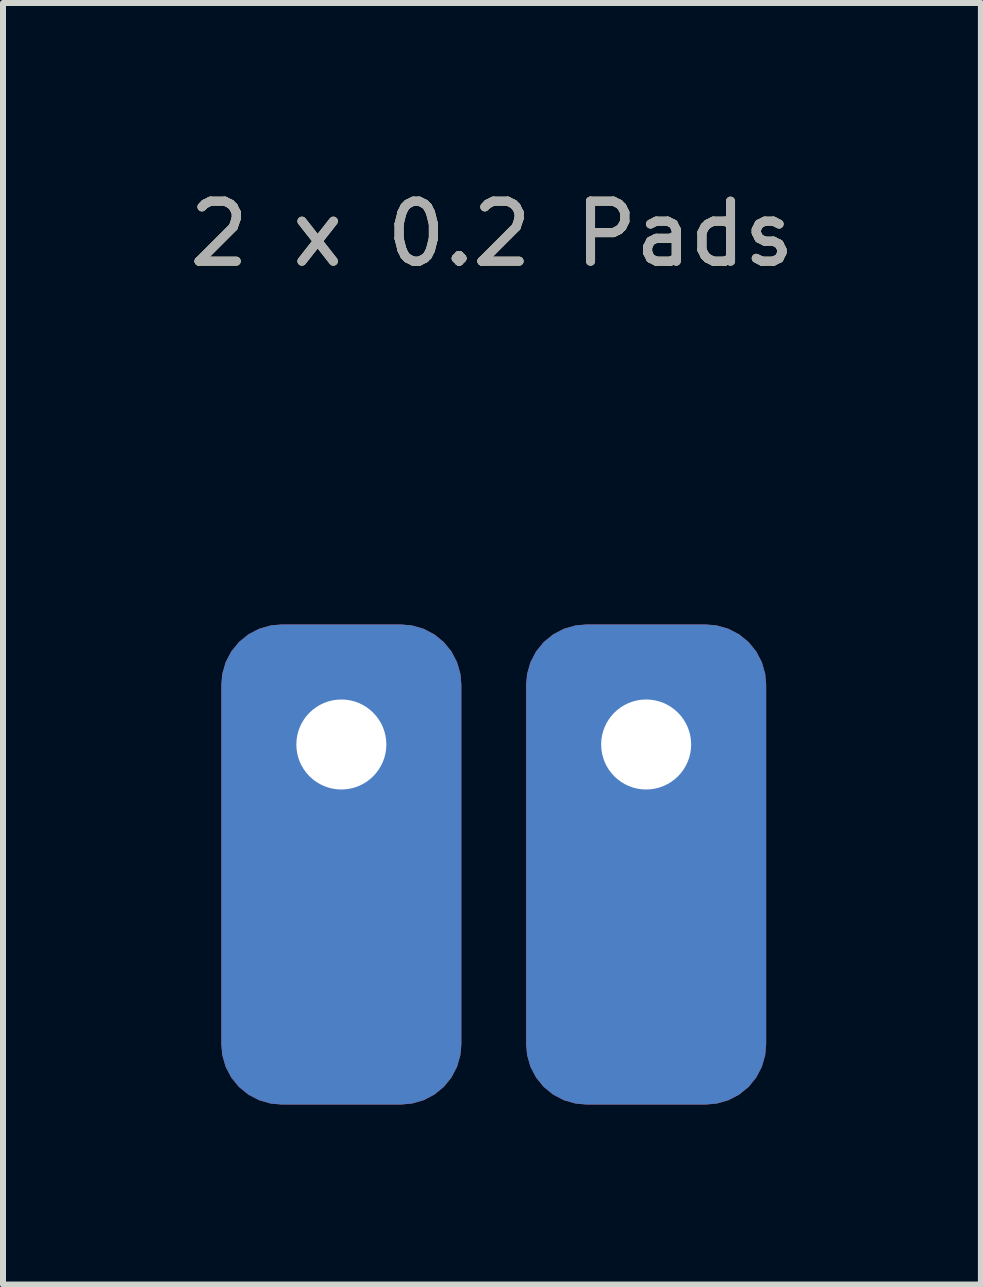
<source format=kicad_pcb>
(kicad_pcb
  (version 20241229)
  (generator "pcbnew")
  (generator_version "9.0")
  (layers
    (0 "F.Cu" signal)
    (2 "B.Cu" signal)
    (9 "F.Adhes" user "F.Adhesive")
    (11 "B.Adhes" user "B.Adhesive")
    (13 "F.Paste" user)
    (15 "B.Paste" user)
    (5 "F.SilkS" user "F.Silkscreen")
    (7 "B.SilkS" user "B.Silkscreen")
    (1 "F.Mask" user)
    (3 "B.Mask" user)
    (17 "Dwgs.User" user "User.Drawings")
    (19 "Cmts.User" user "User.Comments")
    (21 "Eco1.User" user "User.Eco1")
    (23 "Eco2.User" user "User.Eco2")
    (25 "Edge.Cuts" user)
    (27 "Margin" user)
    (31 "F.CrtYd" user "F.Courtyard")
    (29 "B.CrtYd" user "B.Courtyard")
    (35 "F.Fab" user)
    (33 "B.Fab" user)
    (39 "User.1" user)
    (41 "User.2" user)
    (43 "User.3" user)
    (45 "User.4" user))
  (footprint "2 x 0.2 Pads"
    (layer "F.Cu")
    (at 5.179 9.358)
    (property "Reference" "2 x 0.2 Pads" (at -0.03 -8.51 0) (unlocked yes) (layer "F.SilkS") (effects (font (size 1 1) (thickness 0.15))))
    (attr through_hole)
    (fp_text user "${REFERENCE}" (at -0.03 -8.51 0) (unlocked yes) (layer "F.Fab") (effects (font (size 1 1) (thickness 0.15))))
    (pad "1" thru_hole roundrect (at -2.54 0) (size 4 8) (drill 1.5 (offset 0 2)) (layers "*.Cu" "*.Mask") (roundrect_rratio 0.25))
    (pad "2" thru_hole roundrect (at 2.54 0) (size 4 8) (drill 1.5 (offset 0 2)) (layers "*.Cu" "*.Mask") (roundrect_rratio 0.25)))
  (gr_rect
    (start -3 -3)
    (end 13.298 18.358)
    (stroke (width 0.1) (type default))
    (fill no)
    (layer "Edge.Cuts")))
</source>
